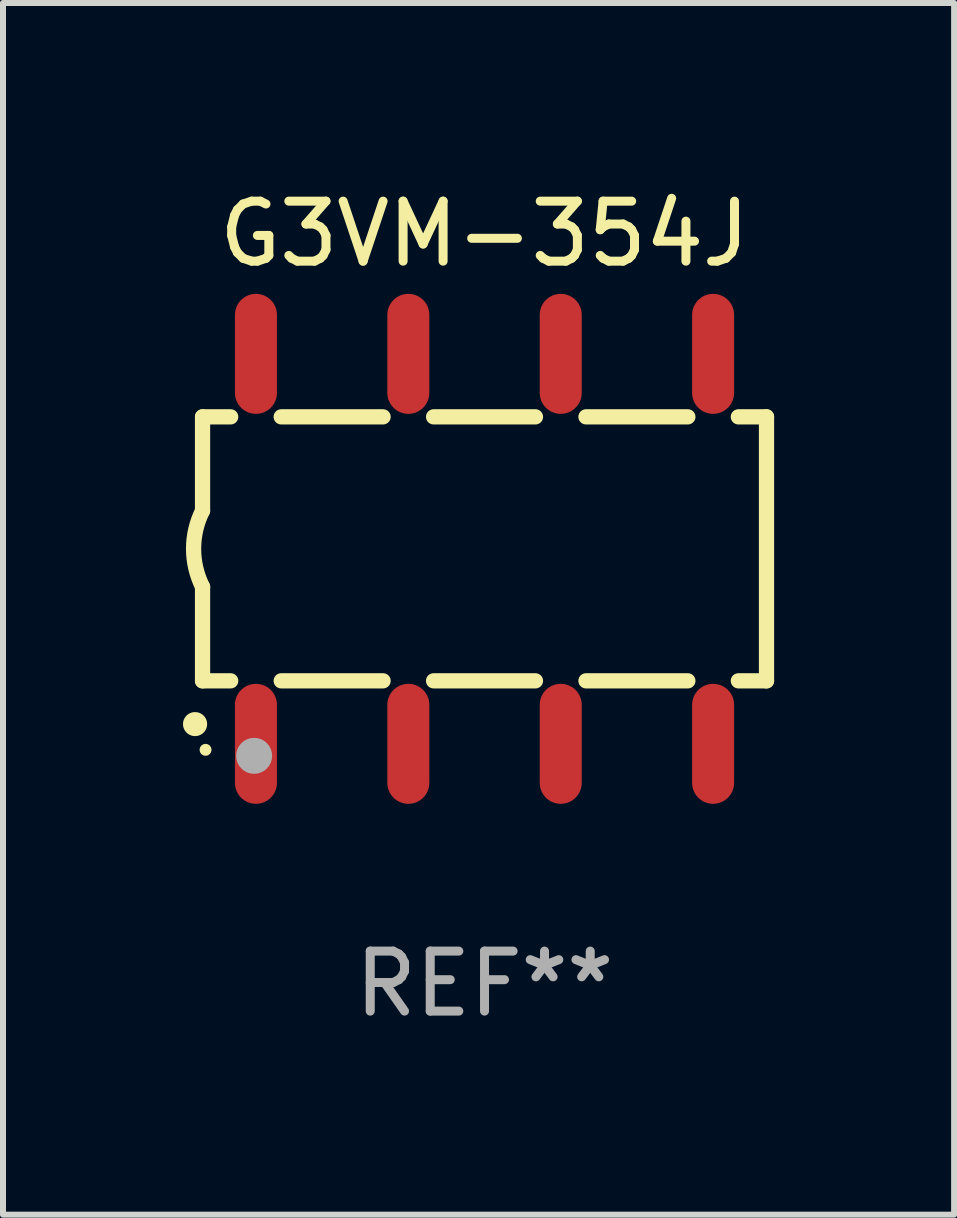
<source format=kicad_pcb>
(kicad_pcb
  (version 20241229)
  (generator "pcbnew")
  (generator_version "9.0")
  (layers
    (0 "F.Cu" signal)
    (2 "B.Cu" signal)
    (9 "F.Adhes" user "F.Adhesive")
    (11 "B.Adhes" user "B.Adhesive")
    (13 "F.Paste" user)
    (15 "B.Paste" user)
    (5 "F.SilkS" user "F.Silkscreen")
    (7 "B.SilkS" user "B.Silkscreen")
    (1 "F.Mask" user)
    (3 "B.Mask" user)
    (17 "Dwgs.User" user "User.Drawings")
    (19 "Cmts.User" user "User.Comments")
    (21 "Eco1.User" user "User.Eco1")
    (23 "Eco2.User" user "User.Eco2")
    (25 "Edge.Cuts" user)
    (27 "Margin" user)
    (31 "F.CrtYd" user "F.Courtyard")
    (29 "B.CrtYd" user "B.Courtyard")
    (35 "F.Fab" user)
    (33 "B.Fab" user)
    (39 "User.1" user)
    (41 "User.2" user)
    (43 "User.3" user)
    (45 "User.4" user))
  (footprint "G3VM-354J"
    (layer "F.Cu")
    (at 5.026 6.098)
    (property "Reference" "G3VM-354J" (at 0 -5.25 0) (layer "F.SilkS") (effects (font (size 1 1) (thickness 0.15))))
    (attr through_hole)
    (fp_line (start -4.7 -2.2) (end -4.7 -0.635) (stroke (width 0.254) (type solid)) (layer "F.SilkS"))
    (fp_line (start -4.7 -2.2) (end -4.231 -2.2) (stroke (width 0.254) (type solid)) (layer "F.SilkS"))
    (fp_line (start -4.7 2.2) (end -4.7 0.635) (stroke (width 0.254) (type solid)) (layer "F.SilkS"))
    (fp_line (start -4.7 2.2) (end -4.231 2.2) (stroke (width 0.254) (type solid)) (layer "F.SilkS"))
    (fp_line (start -3.389 -2.2) (end -1.691 -2.2) (stroke (width 0.254) (type solid)) (layer "F.SilkS"))
    (fp_line (start -3.389 2.2) (end -1.691 2.2) (stroke (width 0.254) (type solid)) (layer "F.SilkS"))
    (fp_line (start -0.849 -2.2) (end 0.849 -2.2) (stroke (width 0.254) (type solid)) (layer "F.SilkS"))
    (fp_line (start -0.849 2.2) (end 0.849 2.2) (stroke (width 0.254) (type solid)) (layer "F.SilkS"))
    (fp_line (start 1.691 -2.2) (end 3.389 -2.2) (stroke (width 0.254) (type solid)) (layer "F.SilkS"))
    (fp_line (start 1.691 2.2) (end 3.389 2.2) (stroke (width 0.254) (type solid)) (layer "F.SilkS"))
    (fp_line (start 4.231 -2.2) (end 4.7 -2.2) (stroke (width 0.254) (type solid)) (layer "F.SilkS"))
    (fp_line (start 4.231 2.2) (end 4.7 2.2) (stroke (width 0.254) (type solid)) (layer "F.SilkS"))
    (fp_line (start 4.7 -2.2) (end 4.7 2.2) (stroke (width 0.254) (type solid)) (layer "F.SilkS"))
    (fp_arc (start -4.82601 2.921006) (mid -4.82474 2.921002) (end -4.82347 2.921006) (stroke (width 0.4) (type solid)) (layer "F.SilkS"))
    (fp_arc (start -4.699009 0.635001) (mid -4.849248 0.000117) (end -4.7 -0.635001) (stroke (width 0.254001) (type solid)) (layer "F.SilkS"))
    (fp_circle (center -4.65 3.35) (end -4.6 3.35) (stroke (width 0.1) (type solid)) (fill no) (layer "F.SilkS"))
    (fp_circle (center -3.84 3.45) (end -3.69 3.45) (stroke (width 0.3) (type solid)) (fill no) (layer "F.Fab"))
    (fp_text user "REF**" (at 0 7.25 0) (layer "F.Fab") (effects (font (size 1 1) (thickness 0.15))))
    (pad "1" smd oval (at -3.81 3.25 180) (size 0.7 2) (layers "F.Cu" "F.Mask" "F.Paste"))
    (pad "2" smd oval (at -1.27 3.25 180) (size 0.7 2) (layers "F.Cu" "F.Mask" "F.Paste"))
    (pad "3" smd oval (at 1.27 3.25 180) (size 0.7 2) (layers "F.Cu" "F.Mask" "F.Paste"))
    (pad "4" smd oval (at 3.81 3.25 180) (size 0.7 2) (layers "F.Cu" "F.Mask" "F.Paste"))
    (pad "5" smd oval (at 3.81 -3.25 180) (size 0.7 2) (layers "F.Cu" "F.Mask" "F.Paste"))
    (pad "6" smd oval (at 1.27 -3.25 180) (size 0.7 2) (layers "F.Cu" "F.Mask" "F.Paste"))
    (pad "7" smd oval (at -1.27 -3.25 180) (size 0.7 2) (layers "F.Cu" "F.Mask" "F.Paste"))
    (pad "8" smd oval (at -3.81 -3.25 180) (size 0.7 2) (layers "F.Cu" "F.Mask" "F.Paste")))
  (gr_rect
    (start -3 -3)
    (end 12.853 17.196)
    (stroke (width 0.1) (type default))
    (fill no)
    (layer "Edge.Cuts")))
</source>
